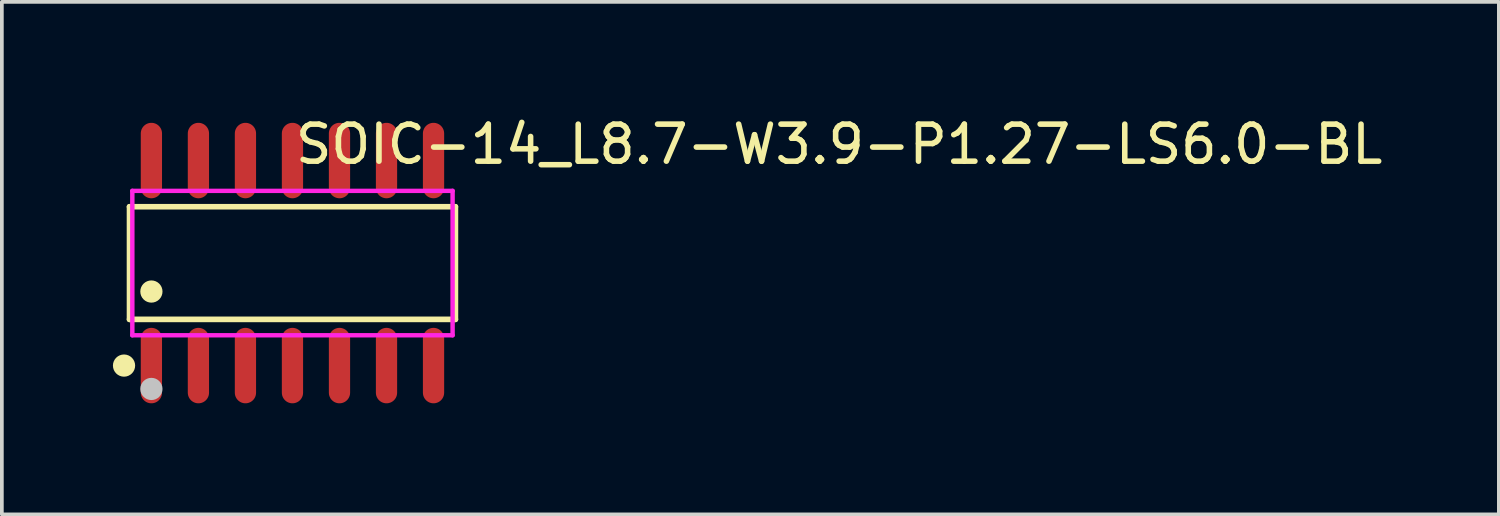
<source format=kicad_pcb>
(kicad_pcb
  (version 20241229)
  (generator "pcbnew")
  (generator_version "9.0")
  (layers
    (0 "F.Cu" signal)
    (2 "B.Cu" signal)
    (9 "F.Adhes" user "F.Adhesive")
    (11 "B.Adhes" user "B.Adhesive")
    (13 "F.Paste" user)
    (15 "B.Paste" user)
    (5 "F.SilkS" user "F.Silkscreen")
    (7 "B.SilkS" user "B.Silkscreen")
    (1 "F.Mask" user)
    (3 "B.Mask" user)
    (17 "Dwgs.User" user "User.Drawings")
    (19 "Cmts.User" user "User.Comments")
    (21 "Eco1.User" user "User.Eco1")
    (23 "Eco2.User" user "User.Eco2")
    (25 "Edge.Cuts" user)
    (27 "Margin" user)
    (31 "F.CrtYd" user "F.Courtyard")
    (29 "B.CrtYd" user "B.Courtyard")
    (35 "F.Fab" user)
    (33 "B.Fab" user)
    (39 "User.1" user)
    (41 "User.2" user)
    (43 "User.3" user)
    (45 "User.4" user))
  (footprint "SOIC-14_L8.7-W3.9-P1.27-LS6.0-BL"
    (layer "F.Cu")
    (at 4.849 4.055)
    (property "Reference" "SOIC-14_L8.7-W3.9-P1.27-LS6.0-BL" (at 0 -3.207 0) (layer "F.SilkS") (effects (font (size 1 1) (thickness 0.15)) (justify left)))
    (attr through_hole)
    (fp_line (start -4.401 -1.521) (end 4.401 -1.521) (stroke (width 0.152) (type solid)) (layer "F.SilkS"))
    (fp_line (start -4.401 1.521) (end -4.401 -1.521) (stroke (width 0.152) (type solid)) (layer "F.SilkS"))
    (fp_line (start 4.401 -1.521) (end 4.401 1.521) (stroke (width 0.152) (type solid)) (layer "F.SilkS"))
    (fp_line (start 4.401 1.521) (end -4.401 1.521) (stroke (width 0.152) (type solid)) (layer "F.SilkS"))
    (fp_circle (center -4.549 2.769) (end -4.399 2.769) (stroke (width 0.3) (type solid)) (fill no) (layer "F.SilkS"))
    (fp_circle (center -3.81 0.769) (end -3.66 0.769) (stroke (width 0.3) (type solid)) (fill no) (layer "F.SilkS"))
    (fp_circle (center -3.81 3.4) (end -3.66 3.4) (stroke (width 0.3) (type solid)) (fill no) (layer "Dwgs.User"))
    (fp_line (start -4.015 -2.175) (end -4.015 -1.94) (stroke (width 0.12) (type solid)) (layer "Eco2.User"))
    (fp_line (start -4.015 -1.94) (end -3.605 -1.94) (stroke (width 0.12) (type solid)) (layer "Eco2.User"))
    (fp_line (start -4.015 1.94) (end -3.605 1.94) (stroke (width 0.12) (type solid)) (layer "Eco2.User"))
    (fp_line (start -4.015 2.175) (end -4.015 1.94) (stroke (width 0.12) (type solid)) (layer "Eco2.User"))
    (fp_line (start -3.605 -2.175) (end -4.015 -2.175) (stroke (width 0.12) (type solid)) (layer "Eco2.User"))
    (fp_line (start -3.605 -1.94) (end -3.605 -2.175) (stroke (width 0.12) (type solid)) (layer "Eco2.User"))
    (fp_line (start -3.605 1.94) (end -3.605 2.175) (stroke (width 0.12) (type solid)) (layer "Eco2.User"))
    (fp_line (start -3.605 2.175) (end -4.015 2.175) (stroke (width 0.12) (type solid)) (layer "Eco2.User"))
    (fp_line (start -2.745 -2.175) (end -2.745 -1.94) (stroke (width 0.12) (type solid)) (layer "Eco2.User"))
    (fp_line (start -2.745 -1.94) (end -2.335 -1.94) (stroke (width 0.12) (type solid)) (layer "Eco2.User"))
    (fp_line (start -2.745 1.94) (end -2.335 1.94) (stroke (width 0.12) (type solid)) (layer "Eco2.User"))
    (fp_line (start -2.745 2.175) (end -2.745 1.94) (stroke (width 0.12) (type solid)) (layer "Eco2.User"))
    (fp_line (start -2.335 -2.175) (end -2.745 -2.175) (stroke (width 0.12) (type solid)) (layer "Eco2.User"))
    (fp_line (start -2.335 -1.94) (end -2.335 -2.175) (stroke (width 0.12) (type solid)) (layer "Eco2.User"))
    (fp_line (start -2.335 1.94) (end -2.335 2.175) (stroke (width 0.12) (type solid)) (layer "Eco2.User"))
    (fp_line (start -2.335 2.175) (end -2.745 2.175) (stroke (width 0.12) (type solid)) (layer "Eco2.User"))
    (fp_line (start -1.475 -2.175) (end -1.475 -1.94) (stroke (width 0.12) (type solid)) (layer "Eco2.User"))
    (fp_line (start -1.475 -1.94) (end -1.065 -1.94) (stroke (width 0.12) (type solid)) (layer "Eco2.User"))
    (fp_line (start -1.475 1.94) (end -1.065 1.94) (stroke (width 0.12) (type solid)) (layer "Eco2.User"))
    (fp_line (start -1.475 2.175) (end -1.475 1.94) (stroke (width 0.12) (type solid)) (layer "Eco2.User"))
    (fp_line (start -1.065 -2.175) (end -1.475 -2.175) (stroke (width 0.12) (type solid)) (layer "Eco2.User"))
    (fp_line (start -1.065 -1.94) (end -1.065 -2.175) (stroke (width 0.12) (type solid)) (layer "Eco2.User"))
    (fp_line (start -1.065 1.94) (end -1.065 2.175) (stroke (width 0.12) (type solid)) (layer "Eco2.User"))
    (fp_line (start -1.065 2.175) (end -1.475 2.175) (stroke (width 0.12) (type solid)) (layer "Eco2.User"))
    (fp_line (start -0.205 -2.175) (end -0.205 -1.94) (stroke (width 0.12) (type solid)) (layer "Eco2.User"))
    (fp_line (start -0.205 -1.94) (end 0.205 -1.94) (stroke (width 0.12) (type solid)) (layer "Eco2.User"))
    (fp_line (start -0.205 1.94) (end 0.205 1.94) (stroke (width 0.12) (type solid)) (layer "Eco2.User"))
    (fp_line (start -0.205 2.175) (end -0.205 1.94) (stroke (width 0.12) (type solid)) (layer "Eco2.User"))
    (fp_line (start 0.205 -2.175) (end -0.205 -2.175) (stroke (width 0.12) (type solid)) (layer "Eco2.User"))
    (fp_line (start 0.205 -1.94) (end 0.205 -2.175) (stroke (width 0.12) (type solid)) (layer "Eco2.User"))
    (fp_line (start 0.205 1.94) (end 0.205 2.175) (stroke (width 0.12) (type solid)) (layer "Eco2.User"))
    (fp_line (start 0.205 2.175) (end -0.205 2.175) (stroke (width 0.12) (type solid)) (layer "Eco2.User"))
    (fp_line (start 1.065 -2.175) (end 1.065 -1.94) (stroke (width 0.12) (type solid)) (layer "Eco2.User"))
    (fp_line (start 1.065 -1.94) (end 1.475 -1.94) (stroke (width 0.12) (type solid)) (layer "Eco2.User"))
    (fp_line (start 1.065 1.94) (end 1.475 1.94) (stroke (width 0.12) (type solid)) (layer "Eco2.User"))
    (fp_line (start 1.065 2.175) (end 1.065 1.94) (stroke (width 0.12) (type solid)) (layer "Eco2.User"))
    (fp_line (start 1.475 -2.175) (end 1.065 -2.175) (stroke (width 0.12) (type solid)) (layer "Eco2.User"))
    (fp_line (start 1.475 -1.94) (end 1.475 -2.175) (stroke (width 0.12) (type solid)) (layer "Eco2.User"))
    (fp_line (start 1.475 1.94) (end 1.475 2.175) (stroke (width 0.12) (type solid)) (layer "Eco2.User"))
    (fp_line (start 1.475 2.175) (end 1.065 2.175) (stroke (width 0.12) (type solid)) (layer "Eco2.User"))
    (fp_line (start 2.335 -2.175) (end 2.335 -1.94) (stroke (width 0.12) (type solid)) (layer "Eco2.User"))
    (fp_line (start 2.335 -1.94) (end 2.745 -1.94) (stroke (width 0.12) (type solid)) (layer "Eco2.User"))
    (fp_line (start 2.335 1.94) (end 2.745 1.94) (stroke (width 0.12) (type solid)) (layer "Eco2.User"))
    (fp_line (start 2.335 2.175) (end 2.335 1.94) (stroke (width 0.12) (type solid)) (layer "Eco2.User"))
    (fp_line (start 2.745 -2.175) (end 2.335 -2.175) (stroke (width 0.12) (type solid)) (layer "Eco2.User"))
    (fp_line (start 2.745 -1.94) (end 2.745 -2.175) (stroke (width 0.12) (type solid)) (layer "Eco2.User"))
    (fp_line (start 2.745 1.94) (end 2.745 2.175) (stroke (width 0.12) (type solid)) (layer "Eco2.User"))
    (fp_line (start 2.745 2.175) (end 2.335 2.175) (stroke (width 0.12) (type solid)) (layer "Eco2.User"))
    (fp_line (start 3.605 -2.175) (end 3.605 -1.94) (stroke (width 0.12) (type solid)) (layer "Eco2.User"))
    (fp_line (start 3.605 -1.94) (end 4.015 -1.94) (stroke (width 0.12) (type solid)) (layer "Eco2.User"))
    (fp_line (start 3.605 1.94) (end 4.015 1.94) (stroke (width 0.12) (type solid)) (layer "Eco2.User"))
    (fp_line (start 3.605 2.175) (end 3.605 1.94) (stroke (width 0.12) (type solid)) (layer "Eco2.User"))
    (fp_line (start 4.015 -2.175) (end 3.605 -2.175) (stroke (width 0.12) (type solid)) (layer "Eco2.User"))
    (fp_line (start 4.015 -1.94) (end 4.015 -2.175) (stroke (width 0.12) (type solid)) (layer "Eco2.User"))
    (fp_line (start 4.015 1.94) (end 4.015 2.175) (stroke (width 0.12) (type solid)) (layer "Eco2.User"))
    (fp_line (start 4.015 2.175) (end 3.605 2.175) (stroke (width 0.12) (type solid)) (layer "Eco2.User"))
    (fp_circle (center -4.325 3) (end -4.295 3) (stroke (width 0.06) (type solid)) (fill no) (layer "Eco2.User"))
    (fp_poly (pts (xy -4.015 -3) (xy -4.015 -2.165) (xy -3.605 -2.165) (xy -3.605 -3)) (stroke (width 0.12) (type solid)) (fill no) (layer "Eco2.User"))
    (fp_poly (pts (xy -4.015 3) (xy -4.015 2.165) (xy -3.605 2.165) (xy -3.605 3)) (stroke (width 0.12) (type solid)) (fill no) (layer "Eco2.User"))
    (fp_poly (pts (xy -2.745 -3) (xy -2.745 -2.165) (xy -2.335 -2.165) (xy -2.335 -3)) (stroke (width 0.12) (type solid)) (fill no) (layer "Eco2.User"))
    (fp_poly (pts (xy -2.745 3) (xy -2.745 2.165) (xy -2.335 2.165) (xy -2.335 3)) (stroke (width 0.12) (type solid)) (fill no) (layer "Eco2.User"))
    (fp_poly (pts (xy -1.475 -3) (xy -1.475 -2.165) (xy -1.065 -2.165) (xy -1.065 -3)) (stroke (width 0.12) (type solid)) (fill no) (layer "Eco2.User"))
    (fp_poly (pts (xy -1.475 3) (xy -1.475 2.165) (xy -1.065 2.165) (xy -1.065 3)) (stroke (width 0.12) (type solid)) (fill no) (layer "Eco2.User"))
    (fp_poly (pts (xy -0.205 -3) (xy -0.205 -2.165) (xy 0.205 -2.165) (xy 0.205 -3)) (stroke (width 0.12) (type solid)) (fill no) (layer "Eco2.User"))
    (fp_poly (pts (xy -0.205 3) (xy -0.205 2.165) (xy 0.205 2.165) (xy 0.205 3)) (stroke (width 0.12) (type solid)) (fill no) (layer "Eco2.User"))
    (fp_poly (pts (xy 1.065 -3) (xy 1.065 -2.165) (xy 1.475 -2.165) (xy 1.475 -3)) (stroke (width 0.12) (type solid)) (fill no) (layer "Eco2.User"))
    (fp_poly (pts (xy 1.065 3) (xy 1.065 2.165) (xy 1.475 2.165) (xy 1.475 3)) (stroke (width 0.12) (type solid)) (fill no) (layer "Eco2.User"))
    (fp_poly (pts (xy 2.335 -3) (xy 2.335 -2.165) (xy 2.745 -2.165) (xy 2.745 -3)) (stroke (width 0.12) (type solid)) (fill no) (layer "Eco2.User"))
    (fp_poly (pts (xy 2.335 3) (xy 2.335 2.165) (xy 2.745 2.165) (xy 2.745 3)) (stroke (width 0.12) (type solid)) (fill no) (layer "Eco2.User"))
    (fp_poly (pts (xy 3.605 -3) (xy 3.605 -2.165) (xy 4.015 -2.165) (xy 4.015 -3)) (stroke (width 0.12) (type solid)) (fill no) (layer "Eco2.User"))
    (fp_poly (pts (xy 3.605 3) (xy 3.605 2.165) (xy 4.015 2.165) (xy 4.015 3)) (stroke (width 0.12) (type solid)) (fill no) (layer "Eco2.User"))
    (fp_line (start -4.325 -1.95) (end 4.325 -1.95) (stroke (width 0.12) (type solid)) (layer "F.CrtYd"))
    (fp_line (start -4.325 1.95) (end -4.325 -1.95) (stroke (width 0.12) (type solid)) (layer "F.CrtYd"))
    (fp_line (start 4.325 -1.95) (end 4.325 1.95) (stroke (width 0.12) (type solid)) (layer "F.CrtYd"))
    (fp_line (start 4.325 1.95) (end -4.325 1.95) (stroke (width 0.12) (type solid)) (layer "F.CrtYd"))
    (pad "1" smd oval (at -3.81 2.769) (size 0.574 2.038) (layers "F.Cu" "F.Mask" "F.Paste"))
    (pad "2" smd oval (at -2.54 2.769) (size 0.574 2.038) (layers "F.Cu" "F.Mask" "F.Paste"))
    (pad "3" smd oval (at -1.27 2.769) (size 0.574 2.038) (layers "F.Cu" "F.Mask" "F.Paste"))
    (pad "4" smd oval (at 0 2.769) (size 0.574 2.038) (layers "F.Cu" "F.Mask" "F.Paste"))
    (pad "5" smd oval (at 1.27 2.769) (size 0.574 2.038) (layers "F.Cu" "F.Mask" "F.Paste"))
    (pad "6" smd oval (at 2.54 2.769) (size 0.574 2.038) (layers "F.Cu" "F.Mask" "F.Paste"))
    (pad "7" smd oval (at 3.81 2.769) (size 0.574 2.038) (layers "F.Cu" "F.Mask" "F.Paste"))
    (pad "8" smd oval (at 3.81 -2.769) (size 0.574 2.038) (layers "F.Cu" "F.Mask" "F.Paste"))
    (pad "9" smd oval (at 2.54 -2.769) (size 0.574 2.038) (layers "F.Cu" "F.Mask" "F.Paste"))
    (pad "10" smd oval (at 1.27 -2.769) (size 0.574 2.038) (layers "F.Cu" "F.Mask" "F.Paste"))
    (pad "11" smd oval (at 0 -2.769) (size 0.574 2.038) (layers "F.Cu" "F.Mask" "F.Paste"))
    (pad "12" smd oval (at -1.27 -2.769) (size 0.574 2.038) (layers "F.Cu" "F.Mask" "F.Paste"))
    (pad "13" smd oval (at -2.54 -2.769) (size 0.574 2.038) (layers "F.Cu" "F.Mask" "F.Paste"))
    (pad "14" smd oval (at -3.81 -2.769) (size 0.574 2.038) (layers "F.Cu" "F.Mask" "F.Paste")))
  (gr_rect
    (start -3 -3)
    (end 37.432 10.843)
    (stroke (width 0.1) (type default))
    (fill no)
    (layer "Edge.Cuts")))
</source>
